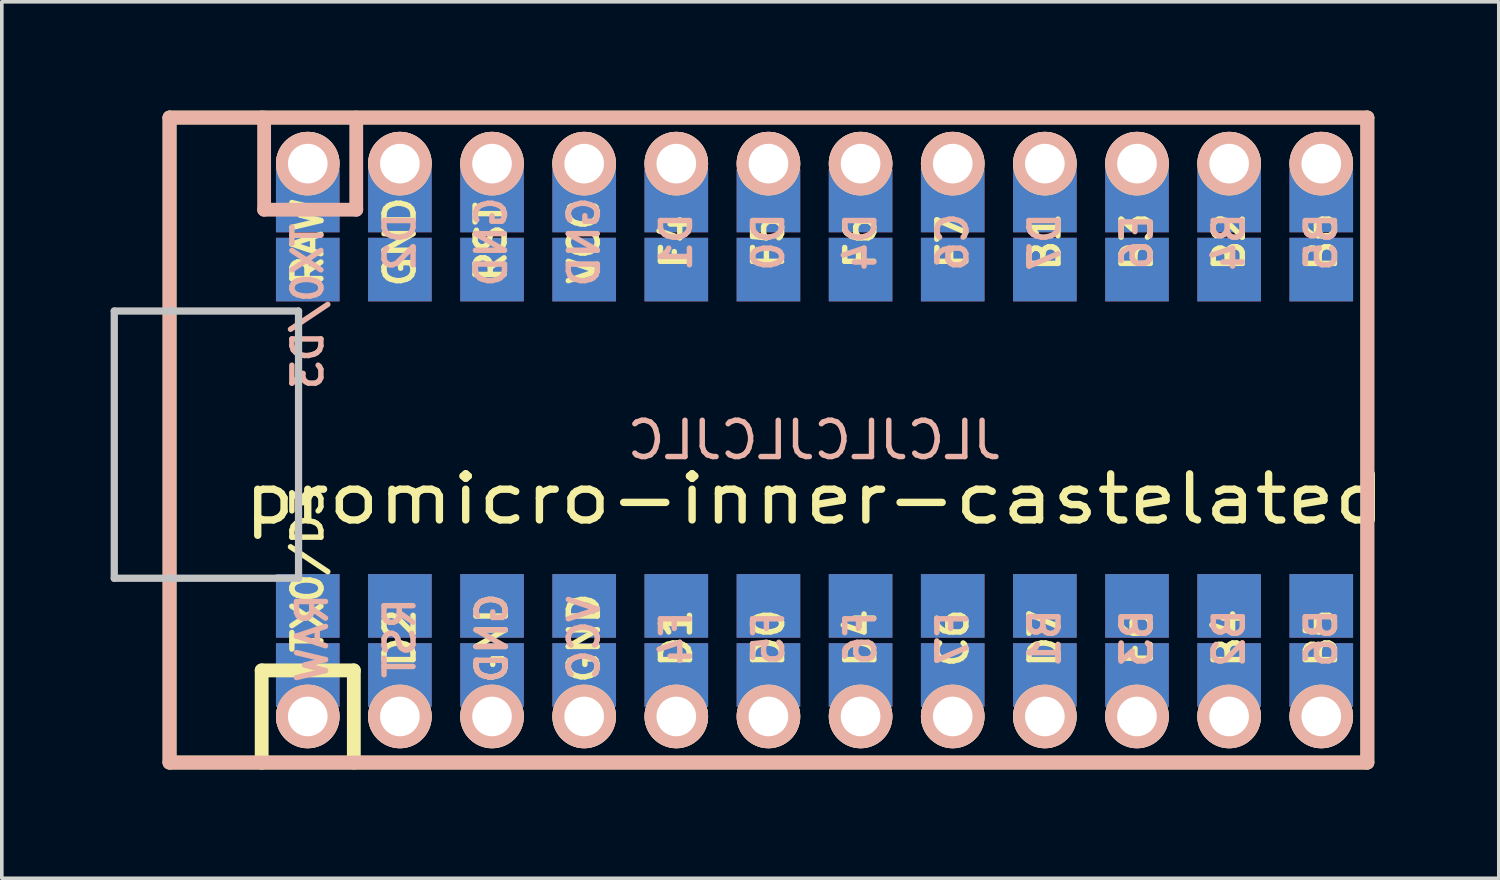
<source format=kicad_pcb>
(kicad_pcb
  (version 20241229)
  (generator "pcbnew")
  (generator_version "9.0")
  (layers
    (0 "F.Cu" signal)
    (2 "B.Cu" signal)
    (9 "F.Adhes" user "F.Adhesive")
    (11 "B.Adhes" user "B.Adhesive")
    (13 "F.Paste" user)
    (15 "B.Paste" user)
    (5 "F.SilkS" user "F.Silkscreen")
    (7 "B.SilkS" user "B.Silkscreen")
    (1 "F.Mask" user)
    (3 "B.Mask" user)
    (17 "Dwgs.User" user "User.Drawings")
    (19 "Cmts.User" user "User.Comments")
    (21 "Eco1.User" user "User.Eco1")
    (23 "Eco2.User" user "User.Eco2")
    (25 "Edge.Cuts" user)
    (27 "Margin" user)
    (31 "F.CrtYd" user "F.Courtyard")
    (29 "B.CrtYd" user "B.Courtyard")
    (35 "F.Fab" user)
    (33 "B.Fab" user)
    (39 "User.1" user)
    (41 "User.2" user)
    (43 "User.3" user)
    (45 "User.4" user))
  (footprint "promicro-inner-castelated"
    (layer "F.Cu")
    (at 19.404 9.081)
    (property "Reference" "promicro-inner-castelated" (at 0 1.625 0) (layer "F.SilkS") (effects (font (size 1.27 1.524) (thickness 0.203))))
    (attr through_hole)
    (fp_line (start -17.78 -8.89) (end -17.78 8.89) (stroke (width 0.381) (type solid)) (layer "F.SilkS"))
    (fp_line (start -17.78 8.89) (end -15.24 8.89) (stroke (width 0.381) (type solid)) (layer "F.SilkS"))
    (fp_line (start -15.24 -8.89) (end -17.78 -8.89) (stroke (width 0.381) (type solid)) (layer "F.SilkS"))
    (fp_line (start -15.24 6.35) (end -15.24 8.89) (stroke (width 0.381) (type solid)) (layer "F.SilkS"))
    (fp_line (start -15.24 6.35) (end -12.7 6.35) (stroke (width 0.381) (type solid)) (layer "F.SilkS"))
    (fp_line (start -15.24 8.89) (end 15.24 8.89) (stroke (width 0.381) (type solid)) (layer "F.SilkS"))
    (fp_line (start -12.7 6.35) (end -12.7 8.89) (stroke (width 0.381) (type solid)) (layer "F.SilkS"))
    (fp_line (start 15.24 -8.89) (end -15.24 -8.89) (stroke (width 0.381) (type solid)) (layer "F.SilkS"))
    (fp_line (start 15.24 8.89) (end 15.24 -8.89) (stroke (width 0.381) (type solid)) (layer "F.SilkS"))
    (fp_line (start -17.78 -8.89) (end -17.78 8.89) (stroke (width 0.381) (type solid)) (layer "B.SilkS"))
    (fp_line (start -17.78 8.89) (end 15.24 8.89) (stroke (width 0.381) (type solid)) (layer "B.SilkS"))
    (fp_line (start -15.173 -6.35) (end -15.173 -8.89) (stroke (width 0.381) (type solid)) (layer "B.SilkS"))
    (fp_line (start -12.633 -6.35) (end -15.173 -6.35) (stroke (width 0.381) (type solid)) (layer "B.SilkS"))
    (fp_line (start -12.633 -6.35) (end -12.633 -8.89) (stroke (width 0.381) (type solid)) (layer "B.SilkS"))
    (fp_line (start 15.24 -8.89) (end -17.78 -8.89) (stroke (width 0.381) (type solid)) (layer "B.SilkS"))
    (fp_line (start 15.24 8.89) (end 15.24 -8.89) (stroke (width 0.381) (type solid)) (layer "B.SilkS"))
    (fp_line (start -19.304 -3.556) (end -14.224 -3.556) (stroke (width 0.2) (type solid)) (layer "Dwgs.User"))
    (fp_line (start -19.304 3.81) (end -19.304 -3.556) (stroke (width 0.2) (type solid)) (layer "Dwgs.User"))
    (fp_line (start -14.224 -3.556) (end -14.224 3.81) (stroke (width 0.2) (type solid)) (layer "Dwgs.User"))
    (fp_line (start -14.224 3.81) (end -19.304 3.81) (stroke (width 0.2) (type solid)) (layer "Dwgs.User"))
    (fp_text user "D2" (at -11.43 5.461 90) (layer "F.SilkS") (effects (font (size 0.8 0.8) (thickness 0.15))))
    (fp_text user "F5" (at -1.27 -5.461 90) (layer "F.SilkS") (effects (font (size 0.8 0.8) (thickness 0.15))))
    (fp_text user "D0" (at -1.27 5.461 90) (layer "F.SilkS") (effects (font (size 0.8 0.8) (thickness 0.15))))
    (fp_text user "B5" (at 13.97 5.461 90) (layer "F.SilkS") (effects (font (size 0.8 0.8) (thickness 0.15))))
    (fp_text user "F7" (at 3.81 -5.461 90) (layer "F.SilkS") (effects (font (size 0.8 0.8) (thickness 0.15))))
    (fp_text user "E6" (at 8.89 5.461 90) (layer "F.SilkS") (effects (font (size 0.8 0.8) (thickness 0.15))))
    (fp_text user "B1" (at 6.35 -5.461 90) (layer "F.SilkS") (effects (font (size 0.8 0.8) (thickness 0.15))))
    (fp_text user "D1" (at -3.81 5.461 90) (layer "F.SilkS") (effects (font (size 0.8 0.8) (thickness 0.15))))
    (fp_text user "GND" (at -11.43 -5.461 90) (layer "F.SilkS") (effects (font (size 0.8 0.8) (thickness 0.15))))
    (fp_text user "F6" (at 1.27 -5.461 90) (layer "F.SilkS") (effects (font (size 0.8 0.8) (thickness 0.15))))
    (fp_text user "D7" (at 6.35 5.461 90) (layer "F.SilkS") (effects (font (size 0.8 0.8) (thickness 0.15))))
    (fp_text user "GND" (at -6.35 5.461 90) (layer "F.SilkS") (effects (font (size 0.8 0.8) (thickness 0.15))))
    (fp_text user "B6" (at 13.97 -5.461 90) (layer "F.SilkS") (effects (font (size 0.8 0.8) (thickness 0.15))))
    (fp_text user "VCC" (at -6.35 -5.461 90) (layer "F.SilkS") (effects (font (size 0.8 0.8) (thickness 0.15))))
    (fp_text user "TX0/D3" (at -13.97 3.572 90) (layer "F.SilkS") (effects (font (size 0.8 0.8) (thickness 0.15))))
    (fp_text user "B3" (at 8.89 -5.461 90) (layer "F.SilkS") (effects (font (size 0.8 0.8) (thickness 0.15))))
    (fp_text user "D4" (at 1.27 5.461 90) (layer "F.SilkS") (effects (font (size 0.8 0.8) (thickness 0.15))))
    (fp_text user "F4" (at -3.81 -5.461 90) (layer "F.SilkS") (effects (font (size 0.8 0.8) (thickness 0.15))))
    (fp_text user "B2" (at 11.43 -5.461 90) (layer "F.SilkS") (effects (font (size 0.8 0.8) (thickness 0.15))))
    (fp_text user "RAW" (at -13.97 -5.461 90) (layer "F.SilkS") (effects (font (size 0.8 0.8) (thickness 0.15))))
    (fp_text user "GND" (at -8.89 5.461 90) (layer "F.SilkS") (effects (font (size 0.8 0.8) (thickness 0.15))))
    (fp_text user "B4" (at 11.43 5.461 90) (layer "F.SilkS") (effects (font (size 0.8 0.8) (thickness 0.15))))
    (fp_text user "RST" (at -8.92 -5.461 90) (layer "F.SilkS") (effects (font (size 0.8 0.8) (thickness 0.15))))
    (fp_text user "C6" (at 3.81 5.461 90) (layer "F.SilkS") (effects (font (size 0.8 0.8) (thickness 0.15))))
    (fp_text user "B4" (at 11.43 -5.461 90) (layer "B.SilkS") (effects (font (size 0.8 0.8) (thickness 0.15)) (justify mirror)))
    (fp_text user "D0" (at -1.27 -5.461 90) (layer "B.SilkS") (effects (font (size 0.8 0.8) (thickness 0.15)) (justify mirror)))
    (fp_text user "F5" (at -1.27 5.461 90) (layer "B.SilkS") (effects (font (size 0.8 0.8) (thickness 0.15)) (justify mirror)))
    (fp_text user "D2" (at -11.43 -5.461 90) (layer "B.SilkS") (effects (font (size 0.8 0.8) (thickness 0.15)) (justify mirror)))
    (fp_text user "TX0/D3" (at -13.97 -3.683 90) (layer "B.SilkS") (effects (font (size 0.8 0.8) (thickness 0.15)) (justify mirror)))
    (fp_text user "GND" (at -8.89 5.461 90) (layer "B.SilkS") (effects (font (size 0.8 0.8) (thickness 0.15)) (justify mirror)))
    (fp_text user "JLCJLCJLCJLC" (at 0 0 0) (layer "B.SilkS") (effects (font (size 1 1) (thickness 0.15)) (justify mirror)))
    (fp_text user "GND" (at -8.91 -5.461 90) (layer "B.SilkS") (effects (font (size 0.8 0.8) (thickness 0.15)) (justify mirror)))
    (fp_text user "GND" (at -6.35 -5.461 90) (layer "B.SilkS") (effects (font (size 0.8 0.8) (thickness 0.15)) (justify mirror)))
    (fp_text user "B5" (at 13.97 -5.461 90) (layer "B.SilkS") (effects (font (size 0.8 0.8) (thickness 0.15)) (justify mirror)))
    (fp_text user "VCC" (at -6.35 5.461 90) (layer "B.SilkS") (effects (font (size 0.8 0.8) (thickness 0.15)) (justify mirror)))
    (fp_text user "RST" (at -11.43 5.461 90) (layer "B.SilkS") (effects (font (size 0.8 0.8) (thickness 0.15)) (justify mirror)))
    (fp_text user "B1" (at 6.35 5.461 90) (layer "B.SilkS") (effects (font (size 0.8 0.8) (thickness 0.15)) (justify mirror)))
    (fp_text user "D4" (at 1.27 -5.461 90) (layer "B.SilkS") (effects (font (size 0.8 0.8) (thickness 0.15)) (justify mirror)))
    (fp_text user "E6" (at 8.89 -5.461 90) (layer "B.SilkS") (effects (font (size 0.8 0.8) (thickness 0.15)) (justify mirror)))
    (fp_text user "F4" (at -3.81 5.461 90) (layer "B.SilkS") (effects (font (size 0.8 0.8) (thickness 0.15)) (justify mirror)))
    (fp_text user "C6" (at 3.81 -5.461 90) (layer "B.SilkS") (effects (font (size 0.8 0.8) (thickness 0.15)) (justify mirror)))
    (fp_text user "B2" (at 11.43 5.461 90) (layer "B.SilkS") (effects (font (size 0.8 0.8) (thickness 0.15)) (justify mirror)))
    (fp_text user "F6" (at 1.27 5.461 90) (layer "B.SilkS") (effects (font (size 0.8 0.8) (thickness 0.15)) (justify mirror)))
    (fp_text user "F7" (at 3.81 5.461 90) (layer "B.SilkS") (effects (font (size 0.8 0.8) (thickness 0.15)) (justify mirror)))
    (fp_text user "RAW" (at -13.843 5.461 90) (layer "B.SilkS") (effects (font (size 0.8 0.8) (thickness 0.15)) (justify mirror)))
    (fp_text user "B6" (at 13.97 5.461 90) (layer "B.SilkS") (effects (font (size 0.8 0.8) (thickness 0.15)) (justify mirror)))
    (fp_text user "D1" (at -3.81 -5.461 90) (layer "B.SilkS") (effects (font (size 0.8 0.8) (thickness 0.15)) (justify mirror)))
    (fp_text user "B3" (at 8.89 5.461 90) (layer "B.SilkS") (effects (font (size 0.8 0.8) (thickness 0.15)) (justify mirror)))
    (fp_text user "D7" (at 6.35 -5.461 90) (layer "B.SilkS") (effects (font (size 0.8 0.8) (thickness 0.15)) (justify mirror)))
    (pad "" thru_hole circle (at -13.97 -7.62) (size 1.753 1.753) (drill 1.092) (layers "*.Cu" "*.SilkS" "*.Mask"))
    (pad "" smd rect (at -13.97 -6.604) (size 1.753 1.753) (layers "F.Cu" "F.Mask" "F.Paste"))
    (pad "" smd rect (at -13.97 -6.604) (size 1.753 1.753) (layers "B.Cu" "B.Mask" "B.Paste"))
    (pad "" smd rect (at -13.97 6.477) (size 1.753 1.753) (layers "F.Cu" "F.Mask" "F.Paste"))
    (pad "" smd rect (at -13.97 6.477) (size 1.753 1.753) (layers "B.Cu" "B.Mask" "B.Paste"))
    (pad "" thru_hole circle (at -13.97 7.62) (size 1.753 1.753) (drill 1.092) (layers "*.Cu" "*.SilkS" "*.Mask"))
    (pad "" thru_hole circle (at -11.43 -7.62) (size 1.753 1.753) (drill 1.092) (layers "*.Cu" "*.SilkS" "*.Mask"))
    (pad "" smd rect (at -11.43 -6.604) (size 1.753 1.753) (layers "F.Cu" "F.Mask" "F.Paste"))
    (pad "" smd rect (at -11.43 -6.604) (size 1.753 1.753) (layers "B.Cu" "B.Mask" "B.Paste"))
    (pad "" smd rect (at -11.43 6.477) (size 1.753 1.753) (layers "F.Cu" "F.Mask" "F.Paste"))
    (pad "" smd rect (at -11.43 6.477) (size 1.753 1.753) (layers "B.Cu" "B.Mask" "B.Paste"))
    (pad "" thru_hole circle (at -11.43 7.62) (size 1.753 1.753) (drill 1.092) (layers "*.Cu" "*.SilkS" "*.Mask"))
    (pad "" thru_hole circle (at -8.89 -7.62) (size 1.753 1.753) (drill 1.092) (layers "*.Cu" "*.SilkS" "*.Mask"))
    (pad "" smd rect (at -8.89 -6.604) (size 1.753 1.753) (layers "F.Cu" "F.Mask" "F.Paste"))
    (pad "" smd rect (at -8.89 -6.604) (size 1.753 1.753) (layers "B.Cu" "B.Mask" "B.Paste"))
    (pad "" smd rect (at -8.89 6.477) (size 1.753 1.753) (layers "F.Cu" "F.Mask" "F.Paste"))
    (pad "" smd rect (at -8.89 6.477) (size 1.753 1.753) (layers "B.Cu" "B.Mask" "B.Paste"))
    (pad "" thru_hole circle (at -8.89 7.62) (size 1.753 1.753) (drill 1.092) (layers "*.Cu" "*.SilkS" "*.Mask"))
    (pad "" thru_hole circle (at -6.35 -7.62) (size 1.753 1.753) (drill 1.092) (layers "*.Cu" "*.SilkS" "*.Mask"))
    (pad "" smd rect (at -6.35 -6.604) (size 1.753 1.753) (layers "F.Cu" "F.Mask" "F.Paste"))
    (pad "" smd rect (at -6.35 -6.604) (size 1.753 1.753) (layers "B.Cu" "B.Mask" "B.Paste"))
    (pad "" smd rect (at -6.35 6.477) (size 1.753 1.753) (layers "F.Cu" "F.Mask" "F.Paste"))
    (pad "" smd rect (at -6.35 6.477) (size 1.753 1.753) (layers "B.Cu" "B.Mask" "B.Paste"))
    (pad "" thru_hole circle (at -6.35 7.62) (size 1.753 1.753) (drill 1.092) (layers "*.Cu" "*.SilkS" "*.Mask"))
    (pad "" thru_hole circle (at -3.81 -7.62) (size 1.753 1.753) (drill 1.092) (layers "*.Cu" "*.SilkS" "*.Mask"))
    (pad "" smd rect (at -3.81 -6.604) (size 1.753 1.753) (layers "F.Cu" "F.Mask" "F.Paste"))
    (pad "" smd rect (at -3.81 -6.604) (size 1.753 1.753) (layers "B.Cu" "B.Mask" "B.Paste"))
    (pad "" smd rect (at -3.81 6.477) (size 1.753 1.753) (layers "F.Cu" "F.Mask" "F.Paste"))
    (pad "" smd rect (at -3.81 6.477) (size 1.753 1.753) (layers "B.Cu" "B.Mask" "B.Paste"))
    (pad "" thru_hole circle (at -3.81 7.62) (size 1.753 1.753) (drill 1.092) (layers "*.Cu" "*.SilkS" "*.Mask"))
    (pad "" thru_hole circle (at -1.27 -7.62) (size 1.753 1.753) (drill 1.092) (layers "*.Cu" "*.SilkS" "*.Mask"))
    (pad "" smd rect (at -1.27 -6.604) (size 1.753 1.753) (layers "F.Cu" "F.Mask" "F.Paste"))
    (pad "" smd rect (at -1.27 -6.604) (size 1.753 1.753) (layers "B.Cu" "B.Mask" "B.Paste"))
    (pad "" smd rect (at -1.27 6.477) (size 1.753 1.753) (layers "F.Cu" "F.Mask" "F.Paste"))
    (pad "" smd rect (at -1.27 6.477) (size 1.753 1.753) (layers "B.Cu" "B.Mask" "B.Paste"))
    (pad "" thru_hole circle (at -1.27 7.62) (size 1.753 1.753) (drill 1.092) (layers "*.Cu" "*.SilkS" "*.Mask"))
    (pad "" thru_hole circle (at 1.27 -7.62) (size 1.753 1.753) (drill 1.092) (layers "*.Cu" "*.SilkS" "*.Mask"))
    (pad "" smd rect (at 1.27 -6.604) (size 1.753 1.753) (layers "F.Cu" "F.Mask" "F.Paste"))
    (pad "" smd rect (at 1.27 -6.604) (size 1.753 1.753) (layers "B.Cu" "B.Mask" "B.Paste"))
    (pad "" smd rect (at 1.27 6.477) (size 1.753 1.753) (layers "F.Cu" "F.Mask" "F.Paste"))
    (pad "" smd rect (at 1.27 6.477) (size 1.753 1.753) (layers "B.Cu" "B.Mask" "B.Paste"))
    (pad "" thru_hole circle (at 1.27 7.62) (size 1.753 1.753) (drill 1.092) (layers "*.Cu" "*.SilkS" "*.Mask"))
    (pad "" thru_hole circle (at 3.81 -7.62) (size 1.753 1.753) (drill 1.092) (layers "*.Cu" "*.SilkS" "*.Mask"))
    (pad "" smd rect (at 3.81 -6.604) (size 1.753 1.753) (layers "F.Cu" "F.Mask" "F.Paste"))
    (pad "" smd rect (at 3.81 -6.604) (size 1.753 1.753) (layers "B.Cu" "B.Mask" "B.Paste"))
    (pad "" smd rect (at 3.81 6.477) (size 1.753 1.753) (layers "F.Cu" "F.Mask" "F.Paste"))
    (pad "" smd rect (at 3.81 6.477) (size 1.753 1.753) (layers "B.Cu" "B.Mask" "B.Paste"))
    (pad "" thru_hole circle (at 3.81 7.62) (size 1.753 1.753) (drill 1.092) (layers "*.Cu" "*.SilkS" "*.Mask"))
    (pad "" thru_hole circle (at 6.35 -7.62) (size 1.753 1.753) (drill 1.092) (layers "*.Cu" "*.SilkS" "*.Mask"))
    (pad "" smd rect (at 6.35 -6.604) (size 1.753 1.753) (layers "F.Cu" "F.Mask" "F.Paste"))
    (pad "" smd rect (at 6.35 -6.604) (size 1.753 1.753) (layers "B.Cu" "B.Mask" "B.Paste"))
    (pad "" smd rect (at 6.35 6.477) (size 1.753 1.753) (layers "F.Cu" "F.Mask" "F.Paste"))
    (pad "" smd rect (at 6.35 6.477) (size 1.753 1.753) (layers "B.Cu" "B.Mask" "B.Paste"))
    (pad "" thru_hole circle (at 6.35 7.62) (size 1.753 1.753) (drill 1.092) (layers "*.Cu" "*.SilkS" "*.Mask"))
    (pad "" thru_hole circle (at 8.89 -7.62) (size 1.753 1.753) (drill 1.092) (layers "*.Cu" "*.SilkS" "*.Mask"))
    (pad "" smd rect (at 8.89 -6.604) (size 1.753 1.753) (layers "F.Cu" "F.Mask" "F.Paste"))
    (pad "" smd rect (at 8.89 -6.604) (size 1.753 1.753) (layers "B.Cu" "B.Mask" "B.Paste"))
    (pad "" smd rect (at 8.89 6.477) (size 1.753 1.753) (layers "F.Cu" "F.Mask" "F.Paste"))
    (pad "" smd rect (at 8.89 6.477) (size 1.753 1.753) (layers "B.Cu" "B.Mask" "B.Paste"))
    (pad "" thru_hole circle (at 8.89 7.62) (size 1.753 1.753) (drill 1.092) (layers "*.Cu" "*.SilkS" "*.Mask"))
    (pad "" thru_hole circle (at 11.43 -7.62) (size 1.753 1.753) (drill 1.092) (layers "*.Cu" "*.SilkS" "*.Mask"))
    (pad "" smd rect (at 11.43 -6.604) (size 1.753 1.753) (layers "F.Cu" "F.Mask" "F.Paste"))
    (pad "" smd rect (at 11.43 -6.604) (size 1.753 1.753) (layers "B.Cu" "B.Mask" "B.Paste"))
    (pad "" smd rect (at 11.43 6.477) (size 1.753 1.753) (layers "F.Cu" "F.Mask" "F.Paste"))
    (pad "" smd rect (at 11.43 6.477) (size 1.753 1.753) (layers "B.Cu" "B.Mask" "B.Paste"))
    (pad "" thru_hole circle (at 11.43 7.62) (size 1.753 1.753) (drill 1.092) (layers "*.Cu" "*.SilkS" "*.Mask"))
    (pad "" thru_hole circle (at 13.97 -7.62) (size 1.753 1.753) (drill 1.092) (layers "*.Cu" "*.SilkS" "*.Mask"))
    (pad "" smd rect (at 13.97 -6.604) (size 1.753 1.753) (layers "F.Cu" "F.Mask" "F.Paste"))
    (pad "" smd rect (at 13.97 -6.604) (size 1.753 1.753) (layers "B.Cu" "B.Mask" "B.Paste"))
    (pad "" smd rect (at 13.97 6.477) (size 1.753 1.753) (layers "F.Cu" "F.Mask" "F.Paste"))
    (pad "" smd rect (at 13.97 6.477) (size 1.753 1.753) (layers "B.Cu" "B.Mask" "B.Paste"))
    (pad "" thru_hole circle (at 13.97 7.62) (size 1.753 1.753) (drill 1.092) (layers "*.Cu" "*.SilkS" "*.Mask"))
    (pad "1" smd rect (at -13.97 -4.699) (size 1.753 1.753) (layers "B.Cu" "B.Mask" "B.Paste"))
    (pad "1" smd rect (at -13.97 4.572) (size 1.753 1.753) (layers "F.Cu" "F.Mask" "F.Paste"))
    (pad "2" smd rect (at -11.43 -4.699) (size 1.753 1.753) (layers "B.Cu" "B.Mask" "B.Paste"))
    (pad "2" smd rect (at -11.43 4.572) (size 1.753 1.753) (layers "F.Cu" "F.Mask" "F.Paste"))
    (pad "3" smd rect (at -8.89 -4.699) (size 1.753 1.753) (layers "B.Cu" "B.Mask" "B.Paste"))
    (pad "3" smd rect (at -8.89 4.572) (size 1.753 1.753) (layers "F.Cu" "F.Mask" "F.Paste"))
    (pad "4" smd rect (at -6.35 -4.699) (size 1.753 1.753) (layers "B.Cu" "B.Mask" "B.Paste"))
    (pad "4" smd rect (at -6.35 4.572) (size 1.753 1.753) (layers "F.Cu" "F.Mask" "F.Paste"))
    (pad "5" smd rect (at -3.81 -4.699 90) (size 1.753 1.753) (layers "B.Cu" "B.Mask" "B.Paste"))
    (pad "5" smd rect (at -3.81 4.572) (size 1.753 1.753) (layers "F.Cu" "F.Mask" "F.Paste"))
    (pad "6" smd rect (at -1.27 -4.699) (size 1.753 1.753) (layers "B.Cu" "B.Mask" "B.Paste"))
    (pad "6" smd rect (at -1.27 4.572) (size 1.753 1.753) (layers "F.Cu" "F.Mask" "F.Paste"))
    (pad "7" smd rect (at 1.27 -4.699) (size 1.753 1.753) (layers "B.Cu" "B.Mask" "B.Paste"))
    (pad "7" smd rect (at 1.27 4.572) (size 1.753 1.753) (layers "F.Cu" "F.Mask" "F.Paste"))
    (pad "8" smd rect (at 3.81 -4.699) (size 1.753 1.753) (layers "B.Cu" "B.Mask" "B.Paste"))
    (pad "8" smd rect (at 3.81 4.572) (size 1.753 1.753) (layers "F.Cu" "F.Mask" "F.Paste"))
    (pad "9" smd rect (at 6.35 -4.699) (size 1.753 1.753) (layers "B.Cu" "B.Mask" "B.Paste"))
    (pad "9" smd rect (at 6.35 4.572) (size 1.753 1.753) (layers "F.Cu" "F.Mask" "F.Paste"))
    (pad "10" smd rect (at 8.89 -4.699) (size 1.753 1.753) (layers "B.Cu" "B.Mask" "B.Paste"))
    (pad "10" smd rect (at 8.89 4.572) (size 1.753 1.753) (layers "F.Cu" "F.Mask" "F.Paste"))
    (pad "11" smd rect (at 11.43 -4.699) (size 1.753 1.753) (layers "B.Cu" "B.Mask" "B.Paste"))
    (pad "11" smd rect (at 11.43 4.572) (size 1.753 1.753) (layers "F.Cu" "F.Mask" "F.Paste"))
    (pad "12" smd rect (at 13.97 -4.699) (size 1.753 1.753) (layers "B.Cu" "B.Mask" "B.Paste"))
    (pad "12" smd rect (at 13.97 4.572) (size 1.753 1.753) (layers "F.Cu" "F.Mask" "F.Paste"))
    (pad "13" smd rect (at 13.97 -4.699) (size 1.753 1.753) (layers "F.Cu" "F.Mask" "F.Paste"))
    (pad "13" smd rect (at 13.97 4.572) (size 1.753 1.753) (layers "B.Cu" "B.Mask" "B.Paste"))
    (pad "14" smd rect (at 11.43 -4.699) (size 1.753 1.753) (layers "F.Cu" "F.Mask" "F.Paste"))
    (pad "14" smd rect (at 11.43 4.572) (size 1.753 1.753) (layers "B.Cu" "B.Mask" "B.Paste"))
    (pad "15" smd rect (at 8.89 -4.699) (size 1.753 1.753) (layers "F.Cu" "F.Mask" "F.Paste"))
    (pad "15" smd rect (at 8.89 4.572) (size 1.753 1.753) (layers "B.Cu" "B.Mask" "B.Paste"))
    (pad "16" smd rect (at 6.35 -4.699) (size 1.753 1.753) (layers "F.Cu" "F.Mask" "F.Paste"))
    (pad "16" smd rect (at 6.35 4.572) (size 1.753 1.753) (layers "B.Cu" "B.Mask" "B.Paste"))
    (pad "17" smd rect (at 3.81 -4.699) (size 1.753 1.753) (layers "F.Cu" "F.Mask" "F.Paste"))
    (pad "17" smd rect (at 3.81 4.572) (size 1.753 1.753) (layers "B.Cu" "B.Mask" "B.Paste"))
    (pad "18" smd rect (at 1.27 -4.699) (size 1.753 1.753) (layers "F.Cu" "F.Mask" "F.Paste"))
    (pad "18" smd rect (at 1.27 4.572) (size 1.753 1.753) (layers "B.Cu" "B.Mask" "B.Paste"))
    (pad "19" smd rect (at -1.27 -4.699) (size 1.753 1.753) (layers "F.Cu" "F.Mask" "F.Paste"))
    (pad "19" smd rect (at -1.27 4.572) (size 1.753 1.753) (layers "B.Cu" "B.Mask" "B.Paste"))
    (pad "20" smd rect (at -3.81 -4.699) (size 1.753 1.753) (layers "F.Cu" "F.Mask" "F.Paste"))
    (pad "20" smd rect (at -3.81 4.572) (size 1.753 1.753) (layers "B.Cu" "B.Mask" "B.Paste"))
    (pad "21" smd rect (at -6.35 -4.699) (size 1.753 1.753) (layers "F.Cu" "F.Mask" "F.Paste"))
    (pad "21" smd rect (at -6.35 4.572) (size 1.753 1.753) (layers "B.Cu" "B.Mask" "B.Paste"))
    (pad "22" smd rect (at -8.89 -4.699) (size 1.753 1.753) (layers "F.Cu" "F.Mask" "F.Paste"))
    (pad "22" smd rect (at -8.89 4.572) (size 1.753 1.753) (layers "B.Cu" "B.Mask" "B.Paste"))
    (pad "23" smd rect (at -11.43 -4.699) (size 1.753 1.753) (layers "F.Cu" "F.Mask" "F.Paste"))
    (pad "23" smd rect (at -11.43 4.572) (size 1.753 1.753) (layers "B.Cu" "B.Mask" "B.Paste"))
    (pad "24" smd rect (at -13.97 -4.699) (size 1.753 1.753) (layers "F.Cu" "F.Mask" "F.Paste"))
    (pad "24" smd rect (at -13.97 4.572) (size 1.753 1.753) (layers "B.Cu" "B.Mask" "B.Paste")))
  (gr_rect
    (start -3 -3)
    (end 38.268 21.161)
    (stroke (width 0.1) (type default))
    (fill no)
    (layer "Edge.Cuts")))
</source>
